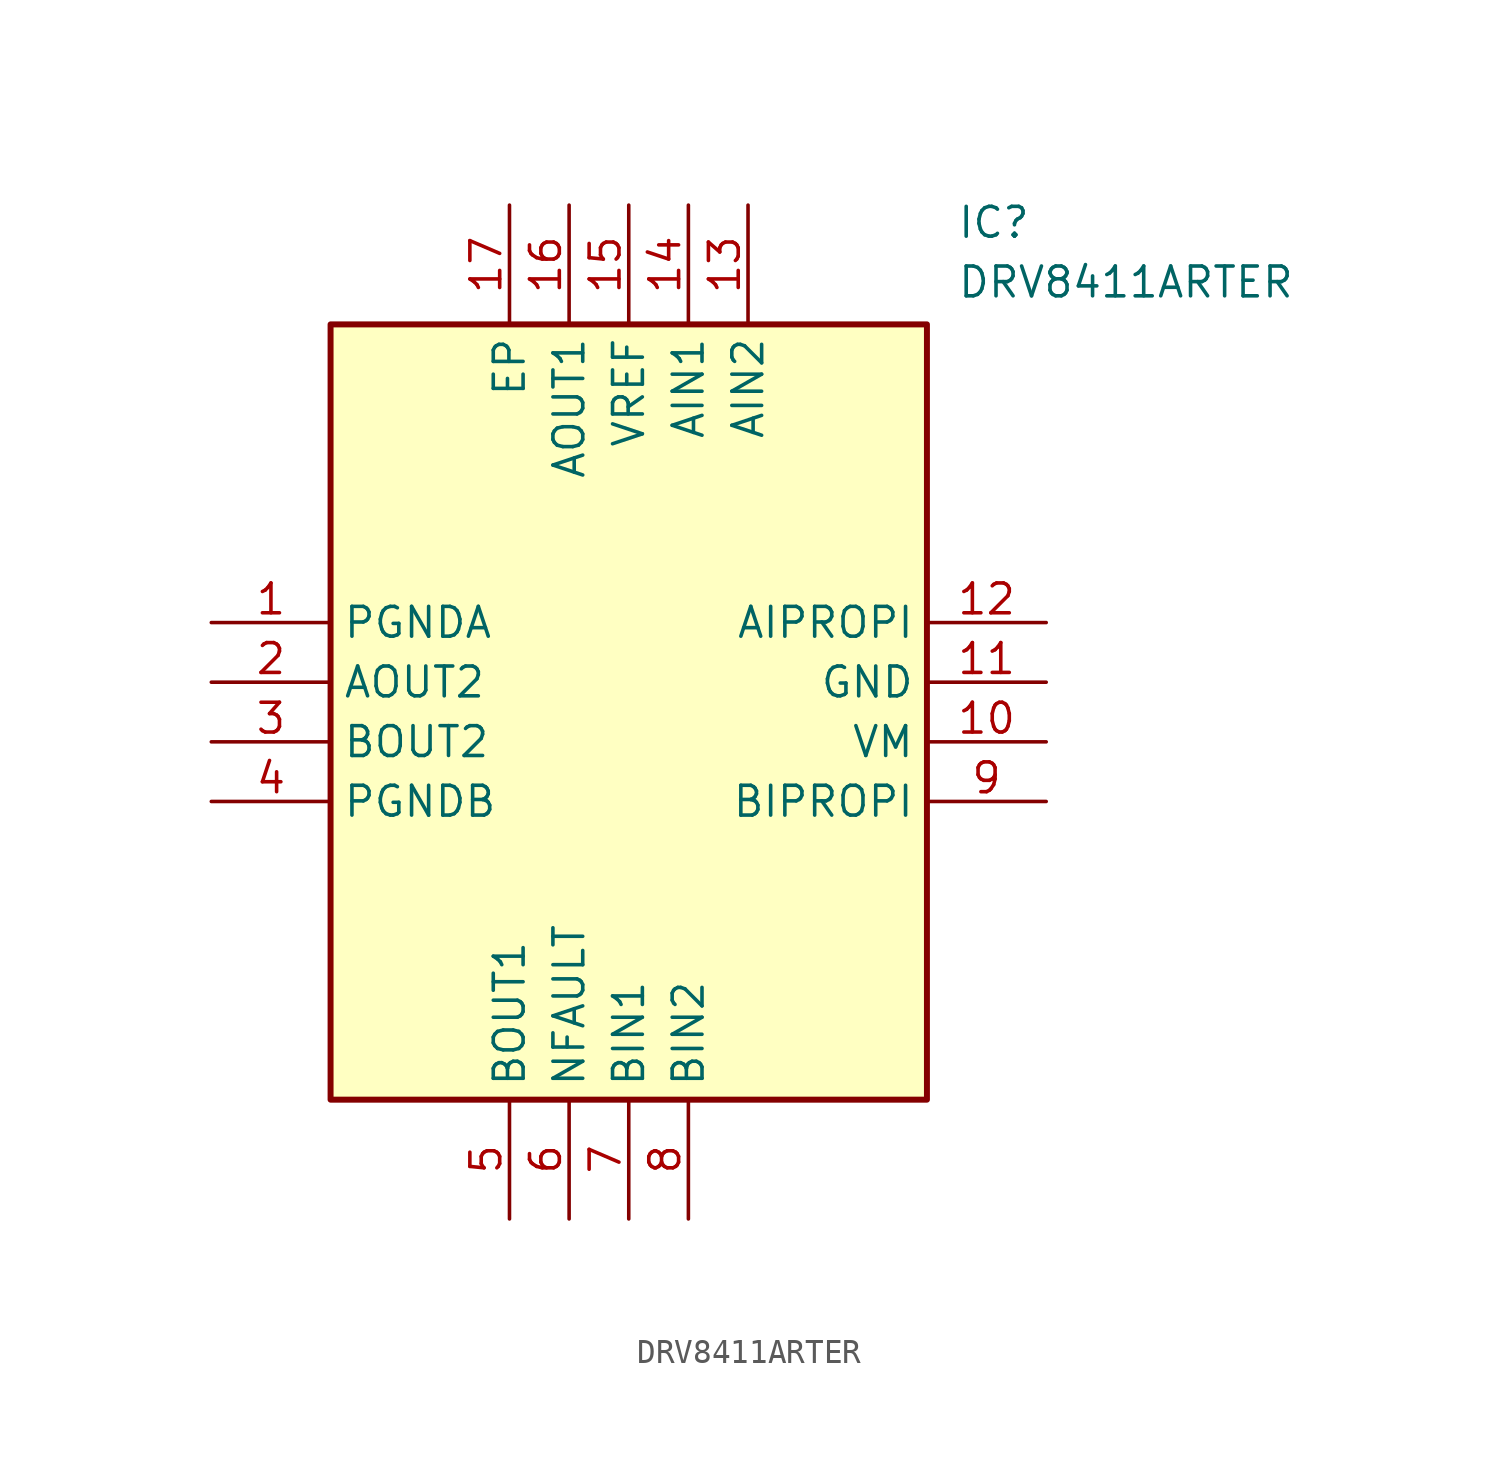
<source format=kicad_sym>
(kicad_symbol_lib
  (version 20220914)
  (generator kicad_symbol_editor)
  (symbol "DRV8411ARTER"
    (property "Reference" "IC"
      (at 31.75 17.78 0)
      (effects (font (size 1.27 1.27)) (justify left top)))
    (property "Value" "DRV8411ARTER"
      (at 31.75 15.24 0)
      (effects (font (size 1.27 1.27)) (justify left top)))
    (symbol "DRV8411ARTER_1_1"
      (rectangle (start 5.08 12.7) (end 30.48 -20.32) (stroke (width 0.254) (type default)) (fill (type background)))
      (pin passive line (at 0 0 0) (length 5.08) (name "PGNDA" (effects (font (size 1.27 1.27)))) (number "1" (effects (font (size 1.27 1.27)))))
      (pin passive line (at 35.56 -5.08 180) (length 5.08) (name "VM" (effects (font (size 1.27 1.27)))) (number "10" (effects (font (size 1.27 1.27)))))
      (pin passive line (at 35.56 -2.54 180) (length 5.08) (name "GND" (effects (font (size 1.27 1.27)))) (number "11" (effects (font (size 1.27 1.27)))))
      (pin passive line (at 35.56 0 180) (length 5.08) (name "AIPROPI" (effects (font (size 1.27 1.27)))) (number "12" (effects (font (size 1.27 1.27)))))
      (pin passive line (at 22.86 17.78 270) (length 5.08) (name "AIN2" (effects (font (size 1.27 1.27)))) (number "13" (effects (font (size 1.27 1.27)))))
      (pin passive line (at 20.32 17.78 270) (length 5.08) (name "AIN1" (effects (font (size 1.27 1.27)))) (number "14" (effects (font (size 1.27 1.27)))))
      (pin passive line (at 17.78 17.78 270) (length 5.08) (name "VREF" (effects (font (size 1.27 1.27)))) (number "15" (effects (font (size 1.27 1.27)))))
      (pin passive line (at 15.24 17.78 270) (length 5.08) (name "AOUT1" (effects (font (size 1.27 1.27)))) (number "16" (effects (font (size 1.27 1.27)))))
      (pin passive line (at 12.7 17.78 270) (length 5.08) (name "EP" (effects (font (size 1.27 1.27)))) (number "17" (effects (font (size 1.27 1.27)))))
      (pin passive line (at 0 -2.54 0) (length 5.08) (name "AOUT2" (effects (font (size 1.27 1.27)))) (number "2" (effects (font (size 1.27 1.27)))))
      (pin passive line (at 0 -5.08 0) (length 5.08) (name "BOUT2" (effects (font (size 1.27 1.27)))) (number "3" (effects (font (size 1.27 1.27)))))
      (pin passive line (at 0 -7.62 0) (length 5.08) (name "PGNDB" (effects (font (size 1.27 1.27)))) (number "4" (effects (font (size 1.27 1.27)))))
      (pin passive line (at 12.7 -25.4 90) (length 5.08) (name "BOUT1" (effects (font (size 1.27 1.27)))) (number "5" (effects (font (size 1.27 1.27)))))
      (pin passive line (at 15.24 -25.4 90) (length 5.08) (name "NFAULT" (effects (font (size 1.27 1.27)))) (number "6" (effects (font (size 1.27 1.27)))))
      (pin passive line (at 17.78 -25.4 90) (length 5.08) (name "BIN1" (effects (font (size 1.27 1.27)))) (number "7" (effects (font (size 1.27 1.27)))))
      (pin passive line (at 20.32 -25.4 90) (length 5.08) (name "BIN2" (effects (font (size 1.27 1.27)))) (number "8" (effects (font (size 1.27 1.27)))))
      (pin passive line (at 35.56 -7.62 180) (length 5.08) (name "BIPROPI" (effects (font (size 1.27 1.27)))) (number "9" (effects (font (size 1.27 1.27))))))))
</source>
